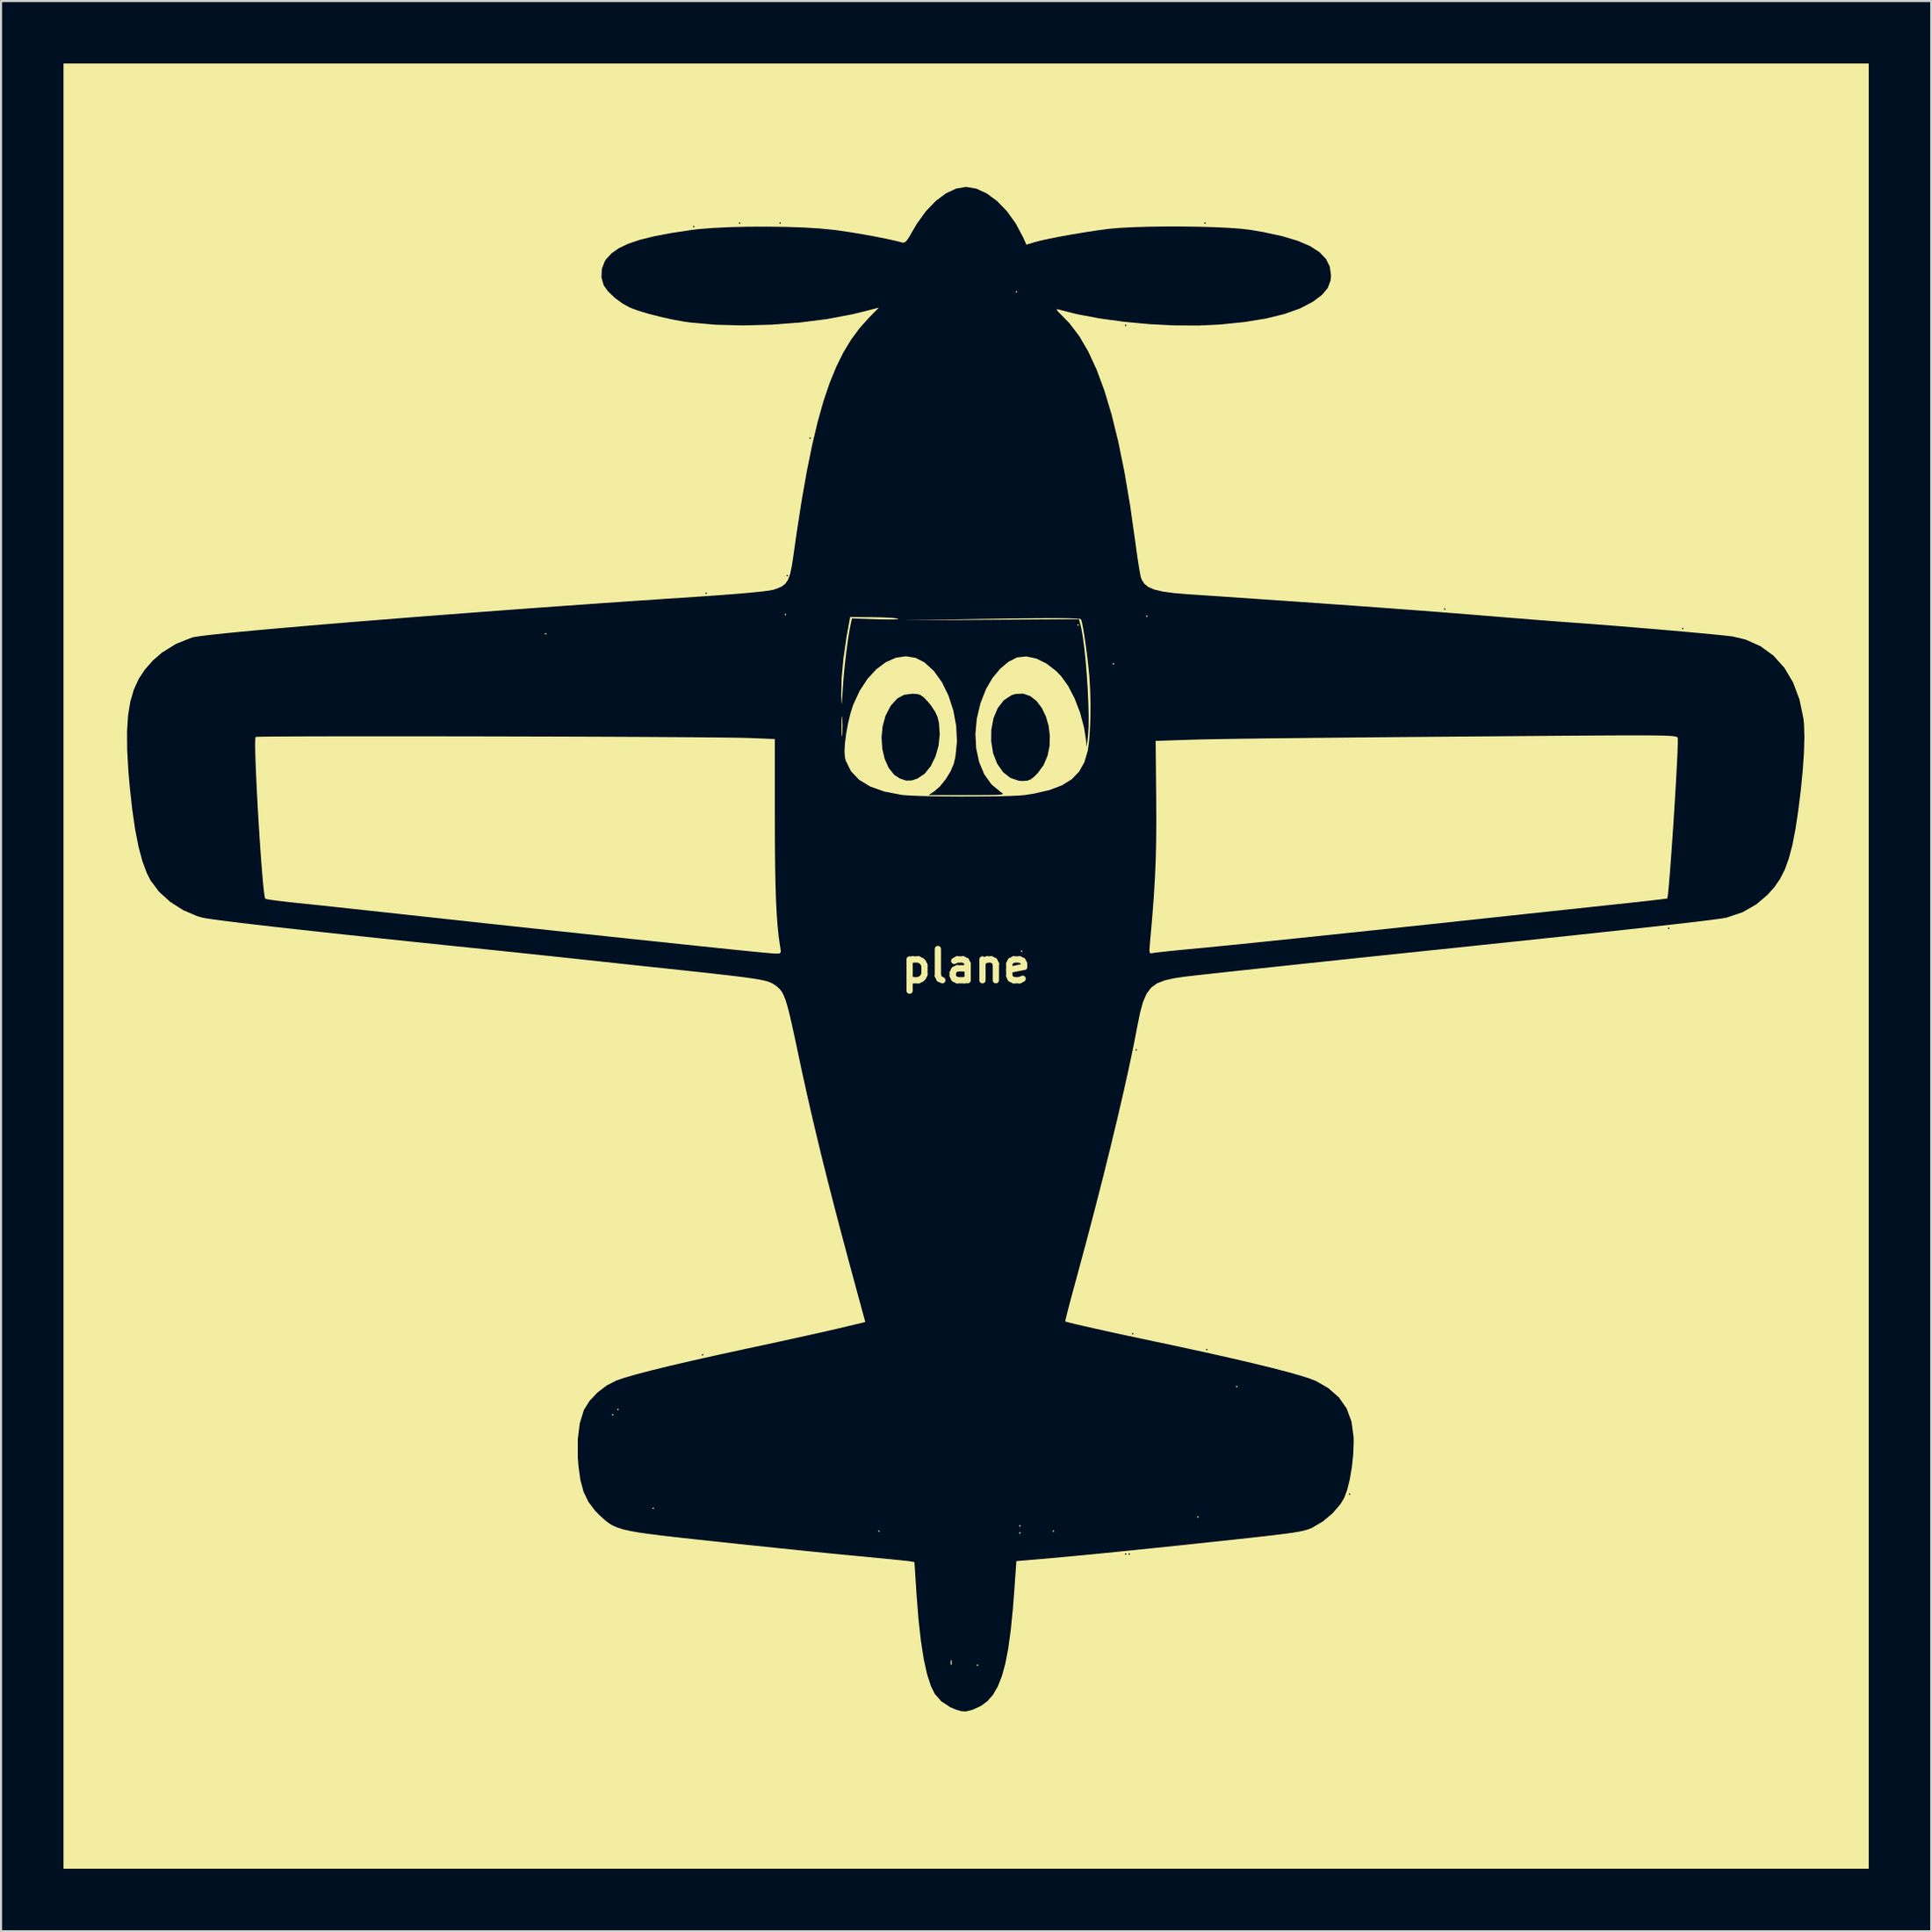
<source format=kicad_pcb>
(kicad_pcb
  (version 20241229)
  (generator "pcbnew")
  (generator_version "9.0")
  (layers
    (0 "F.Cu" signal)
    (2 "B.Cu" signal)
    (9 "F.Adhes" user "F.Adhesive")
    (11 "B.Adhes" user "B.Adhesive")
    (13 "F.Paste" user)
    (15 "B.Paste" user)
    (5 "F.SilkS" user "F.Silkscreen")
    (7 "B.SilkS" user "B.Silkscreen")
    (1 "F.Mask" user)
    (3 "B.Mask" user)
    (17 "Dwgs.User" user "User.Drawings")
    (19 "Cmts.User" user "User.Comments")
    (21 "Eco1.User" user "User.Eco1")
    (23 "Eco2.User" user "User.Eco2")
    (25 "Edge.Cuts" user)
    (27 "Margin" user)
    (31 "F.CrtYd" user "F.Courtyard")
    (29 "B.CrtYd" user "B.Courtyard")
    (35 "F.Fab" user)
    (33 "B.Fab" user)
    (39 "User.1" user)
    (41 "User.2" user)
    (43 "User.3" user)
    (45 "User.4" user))
  (footprint "plane"
    (layer "F.Cu")
    (at 43.349 43.349)
    (property "Reference" "plane" (at 0 0 0) (layer "F.SilkS") (effects (font (size 1.5 1.5) (thickness 0.3))))
    (attr board_only exclude_from_pos_files exclude_from_bom)
    (fp_poly (pts (xy -20.151 -15.96) (xy -20.193 -15.917) (xy -20.235 -15.96) (xy -20.193 -16.002)) (stroke (width 0) (type solid)) (fill yes) (layer "F.SilkS"))
    (fp_poly (pts (xy -16.933 21.548) (xy -16.976 21.59) (xy -17.018 21.548) (xy -16.976 21.505)) (stroke (width 0) (type solid)) (fill yes) (layer "F.SilkS"))
    (fp_poly (pts (xy -16.679 21.294) (xy -16.722 21.336) (xy -16.764 21.294) (xy -16.722 21.251)) (stroke (width 0) (type solid)) (fill yes) (layer "F.SilkS"))
    (fp_poly (pts (xy -14.986 26.035) (xy -15.028 26.077) (xy -15.071 26.035) (xy -15.028 25.993)) (stroke (width 0) (type solid)) (fill yes) (layer "F.SilkS"))
    (fp_poly (pts (xy -8.636 -16.891) (xy -8.678 -16.849) (xy -8.721 -16.891) (xy -8.678 -16.933)) (stroke (width 0) (type solid)) (fill yes) (layer "F.SilkS"))
    (fp_poly (pts (xy -4.149 27.136) (xy -4.191 27.178) (xy -4.233 27.136) (xy -4.191 27.093)) (stroke (width 0) (type solid)) (fill yes) (layer "F.SilkS"))
    (fp_poly (pts (xy -0.254 -0.212) (xy -0.296 -0.169) (xy -0.339 -0.212) (xy -0.296 -0.254)) (stroke (width 0) (type solid)) (fill yes) (layer "F.SilkS"))
    (fp_poly (pts (xy 0.593 33.57) (xy 0.55 33.613) (xy 0.508 33.57) (xy 0.55 33.528)) (stroke (width 0) (type solid)) (fill yes) (layer "F.SilkS"))
    (fp_poly (pts (xy 2.455 -32.385) (xy 2.413 -32.343) (xy 2.371 -32.385) (xy 2.413 -32.427)) (stroke (width 0) (type solid)) (fill yes) (layer "F.SilkS"))
    (fp_poly (pts (xy 2.625 26.882) (xy 2.582 26.924) (xy 2.54 26.882) (xy 2.582 26.839)) (stroke (width 0) (type solid)) (fill yes) (layer "F.SilkS"))
    (fp_poly (pts (xy 2.625 27.22) (xy 2.582 27.263) (xy 2.54 27.22) (xy 2.582 27.178)) (stroke (width 0) (type solid)) (fill yes) (layer "F.SilkS"))
    (fp_poly (pts (xy 2.709 -0.72) (xy 2.667 -0.677) (xy 2.625 -0.72) (xy 2.667 -0.762)) (stroke (width 0) (type solid)) (fill yes) (layer "F.SilkS"))
    (fp_poly (pts (xy 4.233 27.136) (xy 4.191 27.178) (xy 4.149 27.136) (xy 4.191 27.093)) (stroke (width 0) (type solid)) (fill yes) (layer "F.SilkS"))
    (fp_poly (pts (xy 5.419 -16.383) (xy 5.376 -16.341) (xy 5.334 -16.383) (xy 5.376 -16.425)) (stroke (width 0) (type solid)) (fill yes) (layer "F.SilkS"))
    (fp_poly (pts (xy 7.112 -14.52) (xy 7.07 -14.478) (xy 7.027 -14.52) (xy 7.07 -14.563)) (stroke (width 0) (type solid)) (fill yes) (layer "F.SilkS"))
    (fp_poly (pts (xy 8.721 -16.806) (xy 8.678 -16.764) (xy 8.636 -16.806) (xy 8.678 -16.849)) (stroke (width 0) (type solid)) (fill yes) (layer "F.SilkS"))
    (fp_poly (pts (xy 11.176 26.458) (xy 11.134 26.501) (xy 11.091 26.458) (xy 11.134 26.416)) (stroke (width 0) (type solid)) (fill yes) (layer "F.SilkS"))
    (fp_poly (pts (xy 13.039 20.193) (xy 12.996 20.235) (xy 12.954 20.193) (xy 12.996 20.151)) (stroke (width 0) (type solid)) (fill yes) (layer "F.SilkS"))
    (fp_poly (pts (xy -0.706 33.337) (xy -0.695 33.511) (xy -0.706 33.549) (xy -0.737 33.56) (xy -0.749 33.443) (xy -0.735 33.323)) (stroke (width 0) (type solid)) (fill yes) (layer "F.SilkS"))
    (fp_poly (pts (xy -5.949 -11.917) (xy -5.936 -11.562) (xy -5.944 -11.189) (xy -5.949 -11.113) (xy -5.962 -11.019) (xy -5.973 -11.079) (xy -5.979 -11.276) (xy -5.981 -11.515) (xy -5.978 -11.809) (xy -5.97 -11.977) (xy -5.959 -12.003)) (stroke (width 0) (type solid)) (fill yes) (layer "F.SilkS"))
    (fp_poly (pts (xy -4.5 -16.758) (xy -4.077 -16.751) (xy -3.704 -16.735) (xy -3.42 -16.713) (xy -3.264 -16.687) (xy -3.26 -16.686) (xy -3.277 -16.665) (xy -3.439 -16.652) (xy -3.721 -16.648) (xy -4.098 -16.653) (xy -4.285 -16.659) (xy -5.48 -16.698) (xy -5.528 -16.498) (xy -5.599 -16.141) (xy -5.676 -15.659) (xy -5.752 -15.098) (xy -5.821 -14.502) (xy -5.879 -13.917) (xy -5.917 -13.42) (xy -5.945 -12.989) (xy -5.965 -12.719) (xy -5.978 -12.601) (xy -5.987 -12.626) (xy -5.994 -12.788) (xy -5.998 -13.039) (xy -5.977 -13.861) (xy -5.89 -14.797) (xy -5.743 -15.807) (xy -5.705 -16.023) (xy -5.57 -16.764)) (stroke (width 0) (type solid)) (fill yes) (layer "F.SilkS"))
    (fp_poly (pts (xy -27.497 -11.038) (xy -26.356 -11.038) (xy -25.175 -11.036) (xy -23.965 -11.035) (xy -22.738 -11.032) (xy -21.507 -11.029) (xy -20.283 -11.026) (xy -19.077 -11.022) (xy -17.902 -11.018) (xy -16.769 -11.013) (xy -15.69 -11.008) (xy -14.677 -11.002) (xy -13.741 -10.996) (xy -12.894 -10.99) (xy -12.148 -10.983) (xy -11.515 -10.976) (xy -11.006 -10.969) (xy -10.634 -10.962) (xy -10.456 -10.957) (xy -9.186 -10.906) (xy -9.186 -7.083) (xy -9.183 -5.893) (xy -9.173 -4.856) (xy -9.156 -3.957) (xy -9.131 -3.18) (xy -9.097 -2.509) (xy -9.054 -1.928) (xy -9.001 -1.421) (xy -8.937 -0.973) (xy -8.919 -0.868) (xy -8.898 -0.682) (xy -8.955 -0.609) (xy -9.133 -0.601) (xy -9.156 -0.602) (xy -9.322 -0.613) (xy -9.629 -0.64) (xy -10.045 -0.679) (xy -10.542 -0.728) (xy -11.091 -0.783) (xy -11.303 -0.805) (xy -13.713 -1.057) (xy -16.112 -1.31) (xy -18.471 -1.561) (xy -20.763 -1.806) (xy -22.958 -2.042) (xy -25.028 -2.267) (xy -25.993 -2.373) (xy -26.917 -2.474) (xy -27.838 -2.574) (xy -28.732 -2.671) (xy -29.577 -2.763) (xy -30.35 -2.846) (xy -31.03 -2.919) (xy -31.592 -2.978) (xy -32.016 -3.023) (xy -32.108 -3.032) (xy -32.595 -3.084) (xy -33.021 -3.135) (xy -33.359 -3.179) (xy -33.581 -3.215) (xy -33.659 -3.236) (xy -33.689 -3.342) (xy -33.724 -3.596) (xy -33.764 -3.975) (xy -33.807 -4.46) (xy -33.852 -5.03) (xy -33.898 -5.664) (xy -33.943 -6.342) (xy -33.987 -7.042) (xy -34.027 -7.745) (xy -34.064 -8.429) (xy -34.095 -9.075) (xy -34.12 -9.661) (xy -34.137 -10.166) (xy -34.144 -10.571) (xy -34.142 -10.854) (xy -34.128 -10.995) (xy -34.122 -11.006) (xy -34.027 -11.013) (xy -33.775 -11.019) (xy -33.378 -11.024) (xy -32.846 -11.028) (xy -32.192 -11.032) (xy -31.427 -11.034) (xy -30.563 -11.036) (xy -29.613 -11.038) (xy -28.587 -11.038)) (stroke (width 0) (type solid)) (fill yes) (layer "F.SilkS"))
    (fp_poly (pts (xy 32.769 -11.081) (xy 33.184 -11.077) (xy 33.508 -11.07) (xy 33.752 -11.06) (xy 33.928 -11.047) (xy 34.047 -11.031) (xy 34.121 -11.011) (xy 34.16 -10.988) (xy 34.174 -10.967) (xy 34.18 -10.853) (xy 34.176 -10.593) (xy 34.162 -10.208) (xy 34.138 -9.718) (xy 34.108 -9.144) (xy 34.071 -8.507) (xy 34.03 -7.828) (xy 33.986 -7.128) (xy 33.94 -6.427) (xy 33.893 -5.747) (xy 33.847 -5.107) (xy 33.803 -4.53) (xy 33.762 -4.035) (xy 33.726 -3.643) (xy 33.697 -3.376) (xy 33.675 -3.253) (xy 33.672 -3.249) (xy 33.586 -3.235) (xy 33.351 -3.206) (xy 32.987 -3.164) (xy 32.514 -3.111) (xy 31.951 -3.048) (xy 31.317 -2.98) (xy 30.817 -2.926) (xy 29.962 -2.835) (xy 29.002 -2.733) (xy 27.992 -2.624) (xy 26.986 -2.517) (xy 26.04 -2.415) (xy 25.231 -2.328) (xy 23.817 -2.176) (xy 22.404 -2.024) (xy 21.006 -1.875) (xy 19.638 -1.73) (xy 18.314 -1.591) (xy 17.047 -1.458) (xy 15.852 -1.333) (xy 14.743 -1.218) (xy 13.734 -1.114) (xy 12.84 -1.023) (xy 12.073 -0.947) (xy 11.449 -0.885) (xy 11.049 -0.847) (xy 10.494 -0.795) (xy 9.985 -0.745) (xy 9.552 -0.699) (xy 9.221 -0.662) (xy 9.021 -0.636) (xy 8.983 -0.629) (xy 8.877 -0.611) (xy 8.82 -0.641) (xy 8.804 -0.754) (xy 8.817 -0.982) (xy 8.833 -1.159) (xy 8.933 -2.283) (xy 9.01 -3.283) (xy 9.066 -4.205) (xy 9.105 -5.094) (xy 9.127 -5.995) (xy 9.134 -6.952) (xy 9.129 -8.01) (xy 9.129 -8.011) (xy 9.102 -10.817) (xy 10.668 -10.869) (xy 11 -10.879) (xy 11.4 -10.889) (xy 11.874 -10.898) (xy 12.429 -10.908) (xy 13.072 -10.918) (xy 13.81 -10.928) (xy 14.65 -10.939) (xy 15.597 -10.949) (xy 16.66 -10.961) (xy 17.845 -10.972) (xy 19.159 -10.985) (xy 20.608 -10.998) (xy 22.2 -11.011) (xy 23.942 -11.026) (xy 25.839 -11.041) (xy 27.749 -11.057) (xy 28.944 -11.066) (xy 29.98 -11.073) (xy 30.87 -11.079) (xy 31.623 -11.082) (xy 32.253 -11.083)) (stroke (width 0) (type solid)) (fill yes) (layer "F.SilkS"))
    (fp_poly (pts (xy 4.505 -16.712) (xy 4.958 -16.706) (xy 5.274 -16.695) (xy 5.458 -16.678) (xy 5.516 -16.659) (xy 5.558 -16.525) (xy 5.613 -16.255) (xy 5.676 -15.881) (xy 5.741 -15.437) (xy 5.806 -14.955) (xy 5.863 -14.467) (xy 5.91 -14.007) (xy 5.92 -13.885) (xy 5.957 -13.271) (xy 5.973 -12.61) (xy 5.969 -11.945) (xy 5.945 -11.32) (xy 5.903 -10.776) (xy 5.844 -10.356) (xy 5.841 -10.341) (xy 5.679 -9.794) (xy 5.428 -9.342) (xy 5.074 -8.975) (xy 4.603 -8.682) (xy 4.002 -8.455) (xy 3.256 -8.284) (xy 2.836 -8.218) (xy 2.563 -8.194) (xy 2.149 -8.174) (xy 1.625 -8.16) (xy 1.02 -8.15) (xy 0.364 -8.145) (xy -0.313 -8.144) (xy -0.984 -8.149) (xy -1.617 -8.158) (xy -2.184 -8.172) (xy -2.654 -8.19) (xy -2.999 -8.213) (xy -3.09 -8.223) (xy -3.92 -8.381) (xy -4.604 -8.624) (xy -5.141 -8.95) (xy -5.531 -9.36) (xy -5.774 -9.853) (xy -5.822 -10.033) (xy -5.842 -10.314) (xy -5.819 -10.71) (xy -5.784 -10.977) (xy -4.062 -10.977) (xy -4.027 -10.444) (xy -3.911 -9.947) (xy -3.717 -9.517) (xy -3.451 -9.185) (xy -3.184 -9.011) (xy -2.877 -8.91) (xy -2.608 -8.917) (xy -2.343 -9.005) (xy -1.994 -9.237) (xy -1.701 -9.599) (xy -1.475 -10.058) (xy -1.326 -10.58) (xy -1.266 -11.132) (xy -1.306 -11.681) (xy -1.371 -11.959) (xy -1.486 -12.21) (xy -1.675 -12.501) (xy -1.827 -12.689) (xy -2.036 -12.907) (xy -2.197 -13.025) (xy -2.371 -13.072) (xy -2.594 -13.081) (xy -2.982 -13.028) (xy -3.302 -12.855) (xy -3.592 -12.539) (xy -3.638 -12.474) (xy -3.872 -12.024) (xy -4.012 -11.514) (xy -4.062 -10.977) (xy -5.784 -10.977) (xy -5.758 -11.176) (xy -5.669 -11.666) (xy -5.557 -12.133) (xy -5.43 -12.533) (xy -5.426 -12.543) (xy -5.112 -13.222) (xy -4.736 -13.797) (xy -4.311 -14.259) (xy -3.852 -14.6) (xy -3.375 -14.81) (xy -2.894 -14.881) (xy -2.422 -14.804) (xy -2.006 -14.592) (xy -1.551 -14.177) (xy -1.161 -13.633) (xy -0.847 -12.991) (xy -0.616 -12.281) (xy -0.477 -11.536) (xy -0.441 -10.785) (xy -0.514 -10.059) (xy -0.593 -9.722) (xy -0.745 -9.359) (xy -0.981 -8.975) (xy -1.257 -8.633) (xy -1.515 -8.405) (xy -1.803 -8.213) (xy 0.051 -8.213) (xy 0.655 -8.213) (xy 1.108 -8.216) (xy 1.427 -8.222) (xy 1.631 -8.233) (xy 1.738 -8.252) (xy 1.765 -8.279) (xy 1.73 -8.317) (xy 1.653 -8.367) (xy 1.651 -8.368) (xy 1.215 -8.73) (xy 0.873 -9.211) (xy 0.629 -9.79) (xy 0.486 -10.444) (xy 0.465 -10.81) (xy 1.203 -10.81) (xy 1.298 -10.221) (xy 1.492 -9.718) (xy 1.772 -9.318) (xy 2.123 -9.04) (xy 2.532 -8.902) (xy 2.701 -8.89) (xy 2.932 -8.905) (xy 3.108 -8.971) (xy 3.292 -9.119) (xy 3.429 -9.257) (xy 3.717 -9.647) (xy 3.908 -10.092) (xy 4.007 -10.571) (xy 4.022 -11.062) (xy 3.961 -11.545) (xy 3.829 -11.998) (xy 3.634 -12.4) (xy 3.384 -12.73) (xy 3.084 -12.966) (xy 2.743 -13.087) (xy 2.368 -13.071) (xy 2.178 -13.01) (xy 1.811 -12.768) (xy 1.52 -12.394) (xy 1.316 -11.911) (xy 1.209 -11.344) (xy 1.203 -10.81) (xy 0.465 -10.81) (xy 0.446 -11.15) (xy 0.513 -11.886) (xy 0.69 -12.628) (xy 0.965 -13.324) (xy 1.268 -13.839) (xy 1.634 -14.281) (xy 2.034 -14.618) (xy 2.436 -14.821) (xy 2.452 -14.826) (xy 2.892 -14.873) (xy 3.368 -14.773) (xy 3.852 -14.537) (xy 4.318 -14.178) (xy 4.56 -13.929) (xy 4.902 -13.451) (xy 5.212 -12.851) (xy 5.471 -12.178) (xy 5.658 -11.477) (xy 5.731 -11.046) (xy 5.795 -10.541) (xy 5.857 -11.091) (xy 5.881 -11.483) (xy 5.885 -12.002) (xy 5.87 -12.612) (xy 5.84 -13.279) (xy 5.796 -13.966) (xy 5.741 -14.64) (xy 5.677 -15.264) (xy 5.606 -15.803) (xy 5.532 -16.222) (xy 5.502 -16.347) (xy 5.417 -16.661) (xy 1.163 -16.635) (xy -3.09 -16.61) (xy 1.185 -16.68) (xy 2.253 -16.696) (xy 3.158 -16.707) (xy 3.907 -16.712)) (stroke (width 0) (type solid)) (fill yes) (layer "F.SilkS"))
    (fp_poly (pts (xy 43.349 0) (xy 43.349 43.349) (xy 0 43.349) (xy -43.349 43.349) (xy -43.349 18.669) (xy -12.7 18.669) (xy -12.658 18.711) (xy -12.615 18.669) (xy -12.658 18.627) (xy -12.7 18.669) (xy -43.349 18.669) (xy -43.349 0) (xy -43.349 -11.264) (xy -40.298 -11.264) (xy -40.291 -10.377) (xy -40.233 -9.355) (xy -40.174 -8.671) (xy -40.049 -7.534) (xy -39.907 -6.555) (xy -39.744 -5.725) (xy -39.557 -5.031) (xy -39.346 -4.465) (xy -39.167 -4.113) (xy -38.76 -3.57) (xy -38.224 -3.085) (xy -37.598 -2.685) (xy -36.92 -2.397) (xy -36.693 -2.333) (xy -36.487 -2.293) (xy -36.118 -2.239) (xy -35.595 -2.17) (xy -34.924 -2.086) (xy -34.112 -1.99) (xy -33.166 -1.881) (xy -32.094 -1.761) (xy -30.901 -1.63) (xy -29.595 -1.489) (xy -28.183 -1.339) (xy -26.671 -1.18) (xy -25.067 -1.013) (xy -24.68 -0.973) (xy -23.833 -0.886) (xy -22.979 -0.798) (xy -22.146 -0.711) (xy -21.36 -0.629) (xy -20.65 -0.554) (xy -20.044 -0.49) (xy -19.568 -0.439) (xy -19.431 -0.424) (xy -18.918 -0.369) (xy -18.28 -0.3) (xy -17.559 -0.223) (xy -16.8 -0.141) (xy -16.044 -0.06) (xy -15.494 -0.001) (xy -14.351 0.121) (xy -13.364 0.227) (xy -12.52 0.318) (xy -11.808 0.398) (xy -11.214 0.467) (xy -10.726 0.527) (xy -10.332 0.581) (xy -10.019 0.63) (xy -9.775 0.677) (xy -9.587 0.722) (xy -9.443 0.769) (xy -9.33 0.819) (xy -9.236 0.873) (xy -9.149 0.934) (xy -9.088 0.98) (xy -8.97 1.082) (xy -8.866 1.208) (xy -8.772 1.376) (xy -8.68 1.606) (xy -8.584 1.916) (xy -8.478 2.327) (xy -8.356 2.857) (xy -8.211 3.525) (xy -8.133 3.895) (xy -7.902 4.98) (xy -7.671 6.032) (xy -7.435 7.071) (xy -7.188 8.118) (xy -6.927 9.196) (xy -6.644 10.325) (xy -6.336 11.525) (xy -5.996 12.82) (xy -5.62 14.229) (xy -5.202 15.773) (xy -5.089 16.187) (xy -4.842 17.092) (xy -6.083 17.389) (xy -6.457 17.476) (xy -6.968 17.592) (xy -7.589 17.73) (xy -8.291 17.885) (xy -9.045 18.05) (xy -9.824 18.219) (xy -10.537 18.372) (xy -11.924 18.673) (xy -13.145 18.946) (xy -14.202 19.191) (xy -15.096 19.41) (xy -15.827 19.601) (xy -16.398 19.766) (xy -16.792 19.899) (xy -17.26 20.138) (xy -17.708 20.48) (xy -18.087 20.883) (xy -18.35 21.302) (xy -18.363 21.333) (xy -18.554 21.956) (xy -18.65 22.711) (xy -18.649 23.591) (xy -18.621 23.98) (xy -18.526 24.679) (xy -18.371 25.251) (xy -18.14 25.731) (xy -17.819 26.155) (xy -17.609 26.367) (xy -17.436 26.527) (xy -17.277 26.664) (xy -17.116 26.781) (xy -16.938 26.883) (xy -16.728 26.971) (xy -16.472 27.05) (xy -16.154 27.123) (xy -15.76 27.194) (xy -15.274 27.265) (xy -14.682 27.34) (xy -13.968 27.423) (xy -13.118 27.517) (xy -12.116 27.625) (xy -11.974 27.64) (xy -11.037 27.74) (xy -10.068 27.842) (xy -9.097 27.943) (xy -8.153 28.04) (xy -7.267 28.131) (xy -6.466 28.211) (xy -5.78 28.278) (xy -5.334 28.32) (xy -4.71 28.379) (xy -4.131 28.435) (xy -3.62 28.485) (xy -3.202 28.527) (xy -2.903 28.559) (xy -2.747 28.578) (xy -2.744 28.578) (xy -2.483 28.62) (xy -2.382 30.164) (xy -2.287 31.369) (xy -2.171 32.41) (xy -2.034 33.288) (xy -1.875 34.007) (xy -1.693 34.57) (xy -1.51 34.945) (xy -1.199 35.304) (xy -0.766 35.591) (xy -0.518 35.697) (xy -0.238 35.782) (xy -0.017 35.796) (xy 0.233 35.737) (xy 0.36 35.693) (xy 0.715 35.529) (xy 1.024 35.3) (xy 1.291 34.994) (xy 1.52 34.599) (xy 1.716 34.103) (xy 1.883 33.495) (xy 2.024 32.762) (xy 2.143 31.892) (xy 2.245 30.875) (xy 2.313 29.998) (xy 2.414 28.575) (xy 3.641 28.471) (xy 4.438 28.401) (xy 5.389 28.312) (xy 6.167 28.236) (xy 7.62 28.236) (xy 7.662 28.279) (xy 7.705 28.236) (xy 7.789 28.236) (xy 7.832 28.279) (xy 7.874 28.236) (xy 7.832 28.194) (xy 7.789 28.236) (xy 7.705 28.236) (xy 7.662 28.194) (xy 7.62 28.236) (xy 6.167 28.236) (xy 6.48 28.206) (xy 7.695 28.084) (xy 9.022 27.948) (xy 10.446 27.8) (xy 11.952 27.64) (xy 12.718 27.558) (xy 13.585 27.463) (xy 14.3 27.384) (xy 14.881 27.316) (xy 15.346 27.257) (xy 15.711 27.206) (xy 15.995 27.158) (xy 16.214 27.111) (xy 16.385 27.064) (xy 16.526 27.012) (xy 16.629 26.966) (xy 17.137 26.665) (xy 17.602 26.276) (xy 17.976 25.842) (xy 18.156 25.544) (xy 18.226 25.358) (xy 18.373 25.358) (xy 18.415 25.4) (xy 18.457 25.358) (xy 18.415 25.315) (xy 18.373 25.358) (xy 18.226 25.358) (xy 18.301 25.157) (xy 18.426 24.649) (xy 18.525 24.066) (xy 18.59 23.458) (xy 18.614 22.871) (xy 18.608 22.606) (xy 18.508 21.875) (xy 18.275 21.246) (xy 17.903 20.711) (xy 17.388 20.261) (xy 16.806 19.928) (xy 16.501 19.807) (xy 16.034 19.659) (xy 15.413 19.484) (xy 14.644 19.285) (xy 13.733 19.063) (xy 12.686 18.819) (xy 11.51 18.554) (xy 10.869 18.415) (xy 11.515 18.415) (xy 11.557 18.457) (xy 11.599 18.415) (xy 11.557 18.373) (xy 11.515 18.415) (xy 10.869 18.415) (xy 10.21 18.272) (xy 9.102 18.037) (xy 8.294 17.866) (xy 7.529 17.702) (xy 7.305 17.653) (xy 7.959 17.653) (xy 8.001 17.695) (xy 8.043 17.653) (xy 8.001 17.611) (xy 7.959 17.653) (xy 7.305 17.653) (xy 6.824 17.548) (xy 6.196 17.409) (xy 5.66 17.288) (xy 5.234 17.189) (xy 4.935 17.115) (xy 4.778 17.07) (xy 4.76 17.061) (xy 4.775 16.978) (xy 4.83 16.753) (xy 4.918 16.407) (xy 5.035 15.963) (xy 5.175 15.443) (xy 5.325 14.892) (xy 5.748 13.324) (xy 6.157 11.771) (xy 6.546 10.253) (xy 6.911 8.786) (xy 7.248 7.39) (xy 7.552 6.082) (xy 7.819 4.883) (xy 8 4.022) (xy 8.128 4.022) (xy 8.17 4.064) (xy 8.213 4.022) (xy 8.17 3.979) (xy 8.128 4.022) (xy 8 4.022) (xy 8.045 3.808) (xy 8.216 2.921) (xy 8.351 2.25) (xy 8.494 1.726) (xy 8.665 1.329) (xy 8.883 1.036) (xy 9.168 0.828) (xy 9.54 0.682) (xy 10.02 0.577) (xy 10.456 0.513) (xy 10.699 0.484) (xy 11.097 0.438) (xy 11.638 0.378) (xy 12.309 0.305) (xy 13.099 0.219) (xy 13.994 0.122) (xy 14.981 0.017) (xy 16.048 -0.097) (xy 17.183 -0.218) (xy 18.372 -0.344) (xy 19.603 -0.474) (xy 20.864 -0.606) (xy 22.141 -0.74) (xy 22.31 -0.757) (xy 24.279 -0.963) (xy 26.085 -1.153) (xy 27.73 -1.327) (xy 29.22 -1.485) (xy 30.559 -1.629) (xy 31.751 -1.758) (xy 32.317 -1.82) (xy 33.697 -1.82) (xy 33.74 -1.778) (xy 33.782 -1.82) (xy 33.74 -1.863) (xy 33.697 -1.82) (xy 32.317 -1.82) (xy 32.8 -1.873) (xy 33.711 -1.975) (xy 34.488 -2.064) (xy 35.135 -2.14) (xy 35.657 -2.204) (xy 36.057 -2.257) (xy 36.342 -2.298) (xy 36.513 -2.329) (xy 36.534 -2.334) (xy 37.291 -2.589) (xy 37.948 -2.964) (xy 38.487 -3.423) (xy 38.815 -3.789) (xy 39.09 -4.189) (xy 39.321 -4.645) (xy 39.515 -5.181) (xy 39.682 -5.818) (xy 39.83 -6.581) (xy 39.96 -7.442) (xy 40.088 -8.469) (xy 40.181 -9.417) (xy 40.239 -10.268) (xy 40.259 -11.003) (xy 40.242 -11.603) (xy 40.215 -11.877) (xy 40.022 -12.806) (xy 39.714 -13.626) (xy 39.296 -14.33) (xy 38.773 -14.912) (xy 38.152 -15.364) (xy 37.439 -15.681) (xy 36.83 -15.828) (xy 36.616 -15.856) (xy 36.255 -15.895) (xy 35.767 -15.943) (xy 35.172 -15.999) (xy 34.493 -16.061) (xy 33.75 -16.126) (xy 32.964 -16.194) (xy 32.724 -16.214) (xy 34.375 -16.214) (xy 34.417 -16.171) (xy 34.459 -16.214) (xy 34.417 -16.256) (xy 34.375 -16.214) (xy 32.724 -16.214) (xy 32.155 -16.261) (xy 31.346 -16.328) (xy 30.557 -16.39) (xy 29.808 -16.448) (xy 29.121 -16.498) (xy 28.956 -16.51) (xy 28.51 -16.543) (xy 27.934 -16.587) (xy 27.268 -16.639) (xy 26.548 -16.696) (xy 25.816 -16.755) (xy 25.188 -16.807) (xy 24.109 -16.895) (xy 22.955 -16.987) (xy 21.716 -17.082) (xy 20.87 -17.145) (xy 22.945 -17.145) (xy 22.987 -17.103) (xy 23.029 -17.145) (xy 22.987 -17.187) (xy 22.945 -17.145) (xy 20.87 -17.145) (xy 20.381 -17.182) (xy 18.938 -17.287) (xy 17.376 -17.398) (xy 15.685 -17.517) (xy 13.853 -17.643) (xy 11.869 -17.778) (xy 10.668 -17.859) (xy 9.983 -17.916) (xy 9.448 -17.988) (xy 9.045 -18.083) (xy 8.753 -18.207) (xy 8.554 -18.368) (xy 8.429 -18.572) (xy 8.386 -18.699) (xy 8.347 -18.889) (xy 8.293 -19.21) (xy 8.229 -19.624) (xy 8.163 -20.095) (xy 8.127 -20.362) (xy 7.875 -22.132) (xy 7.603 -23.739) (xy 7.307 -25.188) (xy 6.988 -26.484) (xy 6.643 -27.634) (xy 6.27 -28.642) (xy 5.867 -29.513) (xy 5.434 -30.254) (xy 5.038 -30.776) (xy 7.62 -30.776) (xy 7.662 -30.734) (xy 7.705 -30.776) (xy 7.662 -30.819) (xy 7.62 -30.776) (xy 5.038 -30.776) (xy 4.968 -30.869) (xy 4.612 -31.235) (xy 4.436 -31.41) (xy 4.351 -31.524) (xy 4.375 -31.551) (xy 4.375 -31.551) (xy 5.336 -31.308) (xy 6.421 -31.104) (xy 7.588 -30.945) (xy 8.795 -30.832) (xy 10.001 -30.771) (xy 11.165 -30.765) (xy 12.173 -30.812) (xy 13.367 -30.933) (xy 14.405 -31.102) (xy 15.294 -31.32) (xy 16.041 -31.588) (xy 16.653 -31.909) (xy 16.674 -31.923) (xy 17.097 -32.243) (xy 17.368 -32.569) (xy 17.503 -32.924) (xy 17.526 -33.172) (xy 17.466 -33.59) (xy 17.284 -33.961) (xy 16.97 -34.289) (xy 16.52 -34.579) (xy 15.926 -34.834) (xy 15.182 -35.057) (xy 14.28 -35.253) (xy 13.631 -35.363) (xy 13.187 -35.415) (xy 12.606 -35.457) (xy 11.92 -35.489) (xy 11.162 -35.51) (xy 10.363 -35.521) (xy 9.555 -35.522) (xy 8.771 -35.511) (xy 8.043 -35.489) (xy 7.402 -35.456) (xy 6.882 -35.412) (xy 6.816 -35.404) (xy 6.281 -35.332) (xy 5.691 -35.242) (xy 5.086 -35.141) (xy 4.502 -35.036) (xy 3.978 -34.932) (xy 3.551 -34.838) (xy 3.289 -34.769) (xy 2.895 -34.65) (xy 2.739 -34.997) (xy 2.382 -35.668) (xy 2.368 -35.687) (xy 11.43 -35.687) (xy 11.472 -35.645) (xy 11.515 -35.687) (xy 11.472 -35.729) (xy 11.43 -35.687) (xy 2.368 -35.687) (xy 1.96 -36.254) (xy 1.492 -36.738) (xy 0.997 -37.106) (xy 0.493 -37.339) (xy -0.001 -37.422) (xy -0.005 -37.422) (xy -0.479 -37.342) (xy -0.97 -37.112) (xy -1.46 -36.745) (xy -1.929 -36.257) (xy -2.36 -35.661) (xy -2.553 -35.335) (xy -2.73 -35.024) (xy -2.856 -34.84) (xy -2.955 -34.755) (xy -3.05 -34.746) (xy -3.081 -34.754) (xy -3.404 -34.838) (xy -3.855 -34.937) (xy -4.393 -35.043) (xy -4.976 -35.149) (xy -5.564 -35.246) (xy -6.117 -35.328) (xy -6.392 -35.364) (xy -7.047 -35.427) (xy -7.821 -35.474) (xy -8.675 -35.503) (xy -9.572 -35.515) (xy -10.474 -35.511) (xy -11.344 -35.49) (xy -12.142 -35.452) (xy -12.832 -35.397) (xy -13.166 -35.358) (xy -14.152 -35.209) (xy -14.982 -35.052) (xy -15.671 -34.881) (xy -16.231 -34.692) (xy -16.676 -34.48) (xy -17.02 -34.24) (xy -17.276 -33.966) (xy -17.359 -33.843) (xy -17.496 -33.476) (xy -17.512 -33.068) (xy -17.406 -32.695) (xy -17.404 -32.692) (xy -17.195 -32.403) (xy -16.876 -32.098) (xy -16.499 -31.821) (xy -16.136 -31.623) (xy -15.766 -31.484) (xy -15.276 -31.336) (xy -14.715 -31.191) (xy -14.133 -31.061) (xy -13.578 -30.958) (xy -13.25 -30.911) (xy -12.026 -30.804) (xy -10.711 -30.77) (xy -9.353 -30.806) (xy -7.999 -30.908) (xy -6.695 -31.073) (xy -5.488 -31.3) (xy -5.113 -31.39) (xy -4.19 -31.623) (xy -4.673 -31.134) (xy -5.113 -30.643) (xy -5.518 -30.096) (xy -5.891 -29.481) (xy -6.235 -28.787) (xy -6.555 -28.005) (xy -6.853 -27.124) (xy -7.132 -26.133) (xy -7.396 -25.021) (xy -7.648 -23.779) (xy -7.893 -22.395) (xy -8.132 -20.859) (xy -8.284 -19.786) (xy -8.366 -19.245) (xy -8.449 -18.845) (xy -8.55 -18.56) (xy -8.683 -18.363) (xy -8.864 -18.226) (xy -9.108 -18.123) (xy -9.255 -18.076) (xy -9.457 -18.037) (xy -9.816 -17.991) (xy -10.319 -17.94) (xy -10.953 -17.884) (xy -11.706 -17.825) (xy -12.566 -17.764) (xy -12.985 -17.736) (xy -14.502 -17.636) (xy -16.045 -17.531) (xy -17.603 -17.423) (xy -19.168 -17.312) (xy -20.729 -17.2) (xy -22.276 -17.086) (xy -23.8 -16.971) (xy -25.29 -16.857) (xy -26.738 -16.745) (xy -28.132 -16.634) (xy -29.465 -16.527) (xy -30.724 -16.422) (xy -31.902 -16.323) (xy -32.988 -16.228) (xy -33.971 -16.14) (xy -34.844 -16.058) (xy -35.594 -15.984) (xy -36.214 -15.918) (xy -36.692 -15.861) (xy -37.02 -15.814) (xy -37.172 -15.783) (xy -37.937 -15.48) (xy -38.629 -15.052) (xy -39.063 -14.674) (xy -39.436 -14.25) (xy -39.738 -13.79) (xy -39.972 -13.278) (xy -40.141 -12.698) (xy -40.249 -12.032) (xy -40.298 -11.264) (xy -43.349 -11.264) (xy -43.349 -17.907) (xy -12.531 -17.907) (xy -12.488 -17.865) (xy -12.446 -17.907) (xy -12.488 -17.949) (xy -12.531 -17.907) (xy -43.349 -17.907) (xy -43.349 -18.754) (xy -8.636 -18.754) (xy -8.594 -18.711) (xy -8.551 -18.754) (xy -8.594 -18.796) (xy -8.636 -18.754) (xy -43.349 -18.754) (xy -43.349 -25.358) (xy -7.535 -25.358) (xy -7.493 -25.315) (xy -7.451 -25.358) (xy -7.493 -25.4) (xy -7.535 -25.358) (xy -43.349 -25.358) (xy -43.349 -35.518) (xy -13.123 -35.518) (xy -13.081 -35.475) (xy -13.039 -35.518) (xy -13.081 -35.56) (xy -13.123 -35.518) (xy -43.349 -35.518) (xy -43.349 -35.687) (xy -10.922 -35.687) (xy -10.88 -35.645) (xy -10.837 -35.687) (xy -8.975 -35.687) (xy -8.932 -35.645) (xy -8.89 -35.687) (xy -8.932 -35.729) (xy -8.975 -35.687) (xy -10.837 -35.687) (xy -10.88 -35.729) (xy -10.922 -35.687) (xy -43.349 -35.687) (xy -43.349 -43.349) (xy 0 -43.349) (xy 43.349 -43.349)) (stroke (width 0) (type solid)) (fill yes) (layer "F.SilkS")))
  (gr_rect
    (start -3 -3)
    (end 89.699 89.699)
    (stroke (width 0.1) (type default))
    (fill no)
    (layer "Edge.Cuts")))
</source>
